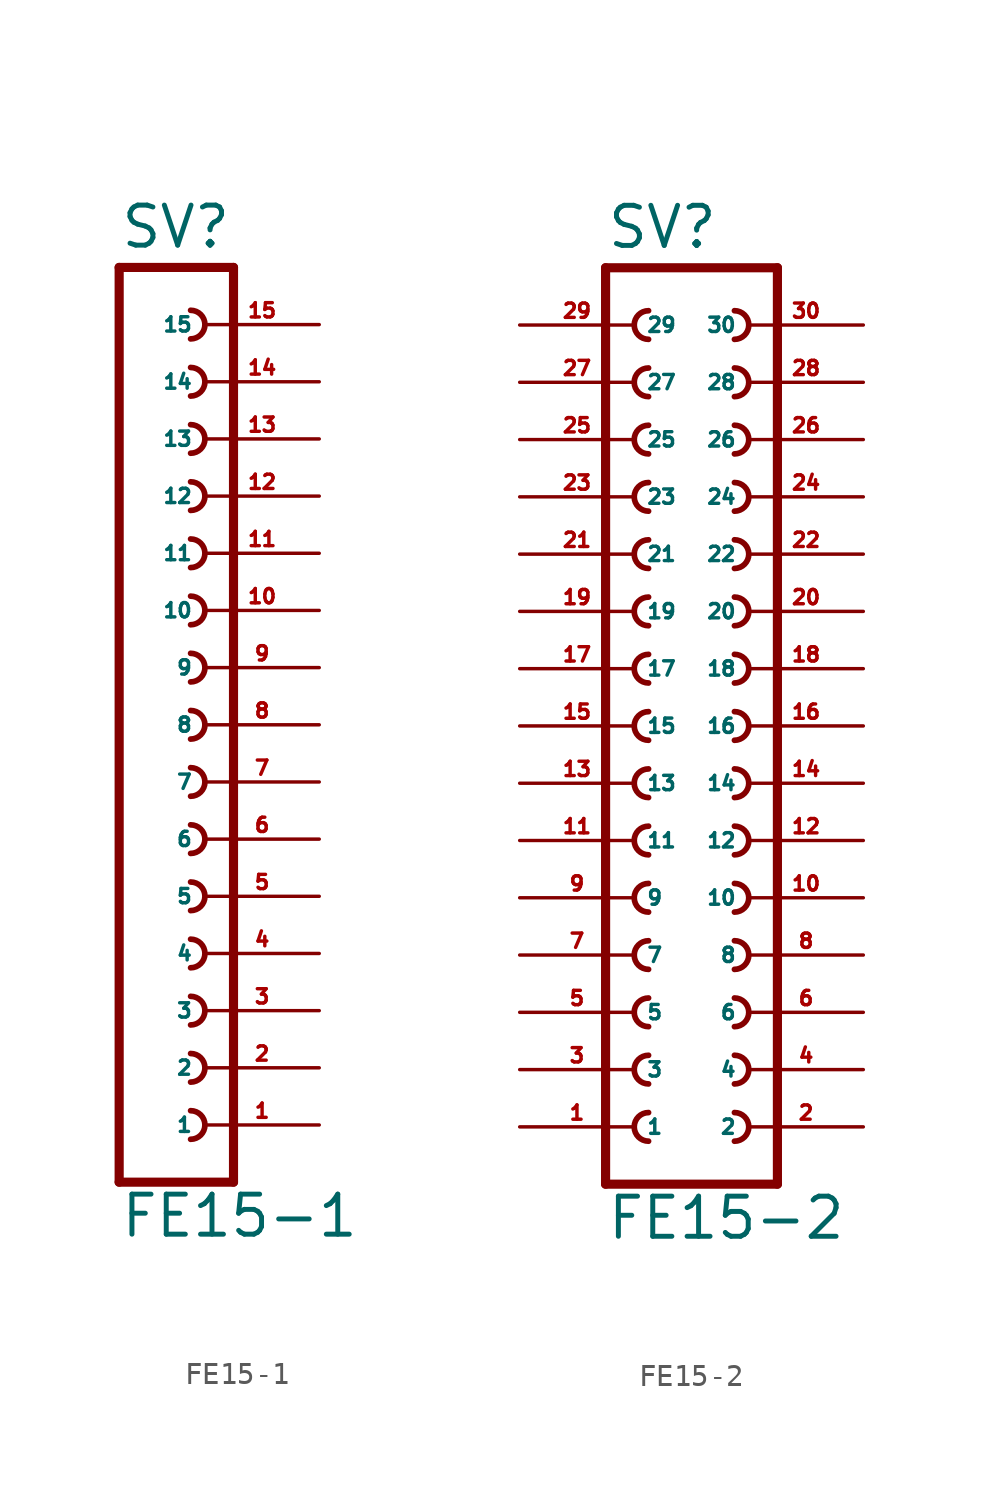
<source format=kicad_sym>
(kicad_symbol_lib
  (version 20220914)
  (generator Eagle2Kicad)
  (symbol "FE15-1"
    (property "Reference" "SV"
      (at -1.27 21.082 0)
      (effects (font (size 1.778 1.778) (thickness 0.22)) (justify left bottom)))
    (property "Value" "FE15-1"
      (at -1.27 -22.86 0)
      (effects (font (size 1.778 1.778) (thickness 0.22)) (justify left bottom)))
    (polyline
      (pts (xy 3.81 -20.32) (xy -1.27 -20.32))
      (stroke (width 0.406) (type default))
      (fill (type none)))
    (arc
      (start 1.905 -13.335)
      (mid 2.540 -12.700)
      (end 1.905 -12.065)
      (stroke (width 0.254) (type default))
      (fill (type none)))
    (arc
      (start 1.905 -15.875)
      (mid 2.540 -15.240)
      (end 1.905 -14.605)
      (stroke (width 0.254) (type default))
      (fill (type none)))
    (arc
      (start 1.905 -18.415)
      (mid 2.540 -17.780)
      (end 1.905 -17.145)
      (stroke (width 0.254) (type default))
      (fill (type none)))
    (arc
      (start 1.905 -8.255)
      (mid 2.540 -7.620)
      (end 1.905 -6.985)
      (stroke (width 0.254) (type default))
      (fill (type none)))
    (arc
      (start 1.905 -10.795)
      (mid 2.540 -10.160)
      (end 1.905 -9.525)
      (stroke (width 0.254) (type default))
      (fill (type none)))
    (arc
      (start 1.905 -0.635)
      (mid 2.540 0.000)
      (end 1.905 0.635)
      (stroke (width 0.254) (type default))
      (fill (type none)))
    (arc
      (start 1.905 -3.175)
      (mid 2.540 -2.540)
      (end 1.905 -1.905)
      (stroke (width 0.254) (type default))
      (fill (type none)))
    (arc
      (start 1.905 -5.715)
      (mid 2.540 -5.080)
      (end 1.905 -4.445)
      (stroke (width 0.254) (type default))
      (fill (type none)))
    (arc
      (start 1.905 4.445)
      (mid 2.540 5.080)
      (end 1.905 5.715)
      (stroke (width 0.254) (type default))
      (fill (type none)))
    (arc
      (start 1.905 1.905)
      (mid 2.540 2.540)
      (end 1.905 3.175)
      (stroke (width 0.254) (type default))
      (fill (type none)))
    (arc
      (start 1.905 12.065)
      (mid 2.540 12.700)
      (end 1.905 13.335)
      (stroke (width 0.254) (type default))
      (fill (type none)))
    (arc
      (start 1.905 9.525)
      (mid 2.540 10.160)
      (end 1.905 10.795)
      (stroke (width 0.254) (type default))
      (fill (type none)))
    (arc
      (start 1.905 6.985)
      (mid 2.540 7.620)
      (end 1.905 8.255)
      (stroke (width 0.254) (type default))
      (fill (type none)))
    (arc
      (start 1.905 17.145)
      (mid 2.540 17.780)
      (end 1.905 18.415)
      (stroke (width 0.254) (type default))
      (fill (type none)))
    (arc
      (start 1.905 14.605)
      (mid 2.540 15.240)
      (end 1.905 15.875)
      (stroke (width 0.254) (type default))
      (fill (type none)))
    (polyline
      (pts (xy -1.27 20.32) (xy -1.27 -20.32))
      (stroke (width 0.406) (type default))
      (fill (type none)))
    (polyline
      (pts (xy 3.81 -20.32) (xy 3.81 20.32))
      (stroke (width 0.406) (type default))
      (fill (type none)))
    (polyline
      (pts (xy -1.27 20.32) (xy 3.81 20.32))
      (stroke (width 0.406) (type default))
      (fill (type none)))
    (pin passive line
      (at 7.62 -17.78 180)
      (length 5.08)
      (name "1" (effects (font (size 0.635 0.635) (thickness 0.08)) (justify left bottom)))
      (number "1" (effects (font (size 0.635 0.635) (thickness 0.08)) (justify left bottom))))
    (pin passive line
      (at 7.62 -15.24 180)
      (length 5.08)
      (name "2" (effects (font (size 0.635 0.635) (thickness 0.08)) (justify left bottom)))
      (number "2" (effects (font (size 0.635 0.635) (thickness 0.08)) (justify left bottom))))
    (pin passive line
      (at 7.62 -12.7 180)
      (length 5.08)
      (name "3" (effects (font (size 0.635 0.635) (thickness 0.08)) (justify left bottom)))
      (number "3" (effects (font (size 0.635 0.635) (thickness 0.08)) (justify left bottom))))
    (pin passive line
      (at 7.62 -10.16 180)
      (length 5.08)
      (name "4" (effects (font (size 0.635 0.635) (thickness 0.08)) (justify left bottom)))
      (number "4" (effects (font (size 0.635 0.635) (thickness 0.08)) (justify left bottom))))
    (pin passive line
      (at 7.62 -7.62 180)
      (length 5.08)
      (name "5" (effects (font (size 0.635 0.635) (thickness 0.08)) (justify left bottom)))
      (number "5" (effects (font (size 0.635 0.635) (thickness 0.08)) (justify left bottom))))
    (pin passive line
      (at 7.62 -5.08 180)
      (length 5.08)
      (name "6" (effects (font (size 0.635 0.635) (thickness 0.08)) (justify left bottom)))
      (number "6" (effects (font (size 0.635 0.635) (thickness 0.08)) (justify left bottom))))
    (pin passive line
      (at 7.62 -2.54 180)
      (length 5.08)
      (name "7" (effects (font (size 0.635 0.635) (thickness 0.08)) (justify left bottom)))
      (number "7" (effects (font (size 0.635 0.635) (thickness 0.08)) (justify left bottom))))
    (pin passive line
      (at 7.62 0 180)
      (length 5.08)
      (name "8" (effects (font (size 0.635 0.635) (thickness 0.08)) (justify left bottom)))
      (number "8" (effects (font (size 0.635 0.635) (thickness 0.08)) (justify left bottom))))
    (pin passive line
      (at 7.62 2.54 180)
      (length 5.08)
      (name "9" (effects (font (size 0.635 0.635) (thickness 0.08)) (justify left bottom)))
      (number "9" (effects (font (size 0.635 0.635) (thickness 0.08)) (justify left bottom))))
    (pin passive line
      (at 7.62 5.08 180)
      (length 5.08)
      (name "10" (effects (font (size 0.635 0.635) (thickness 0.08)) (justify left bottom)))
      (number "10" (effects (font (size 0.635 0.635) (thickness 0.08)) (justify left bottom))))
    (pin passive line
      (at 7.62 7.62 180)
      (length 5.08)
      (name "11" (effects (font (size 0.635 0.635) (thickness 0.08)) (justify left bottom)))
      (number "11" (effects (font (size 0.635 0.635) (thickness 0.08)) (justify left bottom))))
    (pin passive line
      (at 7.62 10.16 180)
      (length 5.08)
      (name "12" (effects (font (size 0.635 0.635) (thickness 0.08)) (justify left bottom)))
      (number "12" (effects (font (size 0.635 0.635) (thickness 0.08)) (justify left bottom))))
    (pin passive line
      (at 7.62 12.7 180)
      (length 5.08)
      (name "13" (effects (font (size 0.635 0.635) (thickness 0.08)) (justify left bottom)))
      (number "13" (effects (font (size 0.635 0.635) (thickness 0.08)) (justify left bottom))))
    (pin passive line
      (at 7.62 15.24 180)
      (length 5.08)
      (name "14" (effects (font (size 0.635 0.635) (thickness 0.08)) (justify left bottom)))
      (number "14" (effects (font (size 0.635 0.635) (thickness 0.08)) (justify left bottom))))
    (pin passive line
      (at 7.62 17.78 180)
      (length 5.08)
      (name "15" (effects (font (size 0.635 0.635) (thickness 0.08)) (justify left bottom)))
      (number "15" (effects (font (size 0.635 0.635) (thickness 0.08)) (justify left bottom)))))
  (symbol "FE15-2"
    (property "Reference" "SV"
      (at -3.81 21.082 0)
      (effects (font (size 1.778 1.778) (thickness 0.22)) (justify left bottom)))
    (property "Value" "FE15-2"
      (at -3.81 -22.86 0)
      (effects (font (size 1.778 1.778) (thickness 0.22)) (justify left bottom)))
    (polyline
      (pts (xy 3.81 -20.32) (xy -3.81 -20.32))
      (stroke (width 0.406) (type default))
      (fill (type none)))
    (arc
      (start -1.905 -12.065)
      (mid -2.540 -12.700)
      (end -1.905 -13.335)
      (stroke (width 0.254) (type default))
      (fill (type none)))
    (arc
      (start -1.905 -14.605)
      (mid -2.540 -15.240)
      (end -1.905 -15.875)
      (stroke (width 0.254) (type default))
      (fill (type none)))
    (arc
      (start -1.905 -17.145)
      (mid -2.540 -17.780)
      (end -1.905 -18.415)
      (stroke (width 0.254) (type default))
      (fill (type none)))
    (arc
      (start 1.905 -13.335)
      (mid 2.540 -12.700)
      (end 1.905 -12.065)
      (stroke (width 0.254) (type default))
      (fill (type none)))
    (arc
      (start 1.905 -15.875)
      (mid 2.540 -15.240)
      (end 1.905 -14.605)
      (stroke (width 0.254) (type default))
      (fill (type none)))
    (arc
      (start 1.905 -18.415)
      (mid 2.540 -17.780)
      (end 1.905 -17.145)
      (stroke (width 0.254) (type default))
      (fill (type none)))
    (arc
      (start -1.905 -6.985)
      (mid -2.540 -7.620)
      (end -1.905 -8.255)
      (stroke (width 0.254) (type default))
      (fill (type none)))
    (arc
      (start -1.905 -9.525)
      (mid -2.540 -10.160)
      (end -1.905 -10.795)
      (stroke (width 0.254) (type default))
      (fill (type none)))
    (arc
      (start 1.905 -8.255)
      (mid 2.540 -7.620)
      (end 1.905 -6.985)
      (stroke (width 0.254) (type default))
      (fill (type none)))
    (arc
      (start 1.905 -10.795)
      (mid 2.540 -10.160)
      (end 1.905 -9.525)
      (stroke (width 0.254) (type default))
      (fill (type none)))
    (arc
      (start -1.905 0.635)
      (mid -2.540 0.000)
      (end -1.905 -0.635)
      (stroke (width 0.254) (type default))
      (fill (type none)))
    (arc
      (start -1.905 -1.905)
      (mid -2.540 -2.540)
      (end -1.905 -3.175)
      (stroke (width 0.254) (type default))
      (fill (type none)))
    (arc
      (start -1.905 -4.445)
      (mid -2.540 -5.080)
      (end -1.905 -5.715)
      (stroke (width 0.254) (type default))
      (fill (type none)))
    (arc
      (start 1.905 -0.635)
      (mid 2.540 0.000)
      (end 1.905 0.635)
      (stroke (width 0.254) (type default))
      (fill (type none)))
    (arc
      (start 1.905 -3.175)
      (mid 2.540 -2.540)
      (end 1.905 -1.905)
      (stroke (width 0.254) (type default))
      (fill (type none)))
    (arc
      (start 1.905 -5.715)
      (mid 2.540 -5.080)
      (end 1.905 -4.445)
      (stroke (width 0.254) (type default))
      (fill (type none)))
    (arc
      (start -1.905 5.715)
      (mid -2.540 5.080)
      (end -1.905 4.445)
      (stroke (width 0.254) (type default))
      (fill (type none)))
    (arc
      (start -1.905 3.175)
      (mid -2.540 2.540)
      (end -1.905 1.905)
      (stroke (width 0.254) (type default))
      (fill (type none)))
    (arc
      (start 1.905 4.445)
      (mid 2.540 5.080)
      (end 1.905 5.715)
      (stroke (width 0.254) (type default))
      (fill (type none)))
    (arc
      (start 1.905 1.905)
      (mid 2.540 2.540)
      (end 1.905 3.175)
      (stroke (width 0.254) (type default))
      (fill (type none)))
    (arc
      (start -1.905 13.335)
      (mid -2.540 12.700)
      (end -1.905 12.065)
      (stroke (width 0.254) (type default))
      (fill (type none)))
    (arc
      (start -1.905 10.795)
      (mid -2.540 10.160)
      (end -1.905 9.525)
      (stroke (width 0.254) (type default))
      (fill (type none)))
    (arc
      (start -1.905 8.255)
      (mid -2.540 7.620)
      (end -1.905 6.985)
      (stroke (width 0.254) (type default))
      (fill (type none)))
    (arc
      (start 1.905 12.065)
      (mid 2.540 12.700)
      (end 1.905 13.335)
      (stroke (width 0.254) (type default))
      (fill (type none)))
    (arc
      (start 1.905 9.525)
      (mid 2.540 10.160)
      (end 1.905 10.795)
      (stroke (width 0.254) (type default))
      (fill (type none)))
    (arc
      (start 1.905 6.985)
      (mid 2.540 7.620)
      (end 1.905 8.255)
      (stroke (width 0.254) (type default))
      (fill (type none)))
    (arc
      (start -1.905 18.415)
      (mid -2.540 17.780)
      (end -1.905 17.145)
      (stroke (width 0.254) (type default))
      (fill (type none)))
    (arc
      (start -1.905 15.875)
      (mid -2.540 15.240)
      (end -1.905 14.605)
      (stroke (width 0.254) (type default))
      (fill (type none)))
    (arc
      (start 1.905 17.145)
      (mid 2.540 17.780)
      (end 1.905 18.415)
      (stroke (width 0.254) (type default))
      (fill (type none)))
    (arc
      (start 1.905 14.605)
      (mid 2.540 15.240)
      (end 1.905 15.875)
      (stroke (width 0.254) (type default))
      (fill (type none)))
    (polyline
      (pts (xy -3.81 20.32) (xy -3.81 -20.32))
      (stroke (width 0.406) (type default))
      (fill (type none)))
    (polyline
      (pts (xy 3.81 -20.32) (xy 3.81 20.32))
      (stroke (width 0.406) (type default))
      (fill (type none)))
    (polyline
      (pts (xy -3.81 20.32) (xy 3.81 20.32))
      (stroke (width 0.406) (type default))
      (fill (type none)))
    (pin passive line
      (at -7.62 -17.78 0)
      (length 5.08)
      (name "1" (effects (font (size 0.635 0.635) (thickness 0.08)) (justify left bottom)))
      (number "1" (effects (font (size 0.635 0.635) (thickness 0.08)) (justify left bottom))))
    (pin passive line
      (at -7.62 -15.24 0)
      (length 5.08)
      (name "3" (effects (font (size 0.635 0.635) (thickness 0.08)) (justify left bottom)))
      (number "3" (effects (font (size 0.635 0.635) (thickness 0.08)) (justify left bottom))))
    (pin passive line
      (at -7.62 -12.7 0)
      (length 5.08)
      (name "5" (effects (font (size 0.635 0.635) (thickness 0.08)) (justify left bottom)))
      (number "5" (effects (font (size 0.635 0.635) (thickness 0.08)) (justify left bottom))))
    (pin passive line
      (at 7.62 -17.78 180)
      (length 5.08)
      (name "2" (effects (font (size 0.635 0.635) (thickness 0.08)) (justify left bottom)))
      (number "2" (effects (font (size 0.635 0.635) (thickness 0.08)) (justify left bottom))))
    (pin passive line
      (at 7.62 -15.24 180)
      (length 5.08)
      (name "4" (effects (font (size 0.635 0.635) (thickness 0.08)) (justify left bottom)))
      (number "4" (effects (font (size 0.635 0.635) (thickness 0.08)) (justify left bottom))))
    (pin passive line
      (at 7.62 -12.7 180)
      (length 5.08)
      (name "6" (effects (font (size 0.635 0.635) (thickness 0.08)) (justify left bottom)))
      (number "6" (effects (font (size 0.635 0.635) (thickness 0.08)) (justify left bottom))))
    (pin passive line
      (at -7.62 -10.16 0)
      (length 5.08)
      (name "7" (effects (font (size 0.635 0.635) (thickness 0.08)) (justify left bottom)))
      (number "7" (effects (font (size 0.635 0.635) (thickness 0.08)) (justify left bottom))))
    (pin passive line
      (at -7.62 -7.62 0)
      (length 5.08)
      (name "9" (effects (font (size 0.635 0.635) (thickness 0.08)) (justify left bottom)))
      (number "9" (effects (font (size 0.635 0.635) (thickness 0.08)) (justify left bottom))))
    (pin passive line
      (at 7.62 -10.16 180)
      (length 5.08)
      (name "8" (effects (font (size 0.635 0.635) (thickness 0.08)) (justify left bottom)))
      (number "8" (effects (font (size 0.635 0.635) (thickness 0.08)) (justify left bottom))))
    (pin passive line
      (at 7.62 -7.62 180)
      (length 5.08)
      (name "10" (effects (font (size 0.635 0.635) (thickness 0.08)) (justify left bottom)))
      (number "10" (effects (font (size 0.635 0.635) (thickness 0.08)) (justify left bottom))))
    (pin passive line
      (at -7.62 -5.08 0)
      (length 5.08)
      (name "11" (effects (font (size 0.635 0.635) (thickness 0.08)) (justify left bottom)))
      (number "11" (effects (font (size 0.635 0.635) (thickness 0.08)) (justify left bottom))))
    (pin passive line
      (at -7.62 -2.54 0)
      (length 5.08)
      (name "13" (effects (font (size 0.635 0.635) (thickness 0.08)) (justify left bottom)))
      (number "13" (effects (font (size 0.635 0.635) (thickness 0.08)) (justify left bottom))))
    (pin passive line
      (at -7.62 0 0)
      (length 5.08)
      (name "15" (effects (font (size 0.635 0.635) (thickness 0.08)) (justify left bottom)))
      (number "15" (effects (font (size 0.635 0.635) (thickness 0.08)) (justify left bottom))))
    (pin passive line
      (at 7.62 -5.08 180)
      (length 5.08)
      (name "12" (effects (font (size 0.635 0.635) (thickness 0.08)) (justify left bottom)))
      (number "12" (effects (font (size 0.635 0.635) (thickness 0.08)) (justify left bottom))))
    (pin passive line
      (at 7.62 -2.54 180)
      (length 5.08)
      (name "14" (effects (font (size 0.635 0.635) (thickness 0.08)) (justify left bottom)))
      (number "14" (effects (font (size 0.635 0.635) (thickness 0.08)) (justify left bottom))))
    (pin passive line
      (at 7.62 0 180)
      (length 5.08)
      (name "16" (effects (font (size 0.635 0.635) (thickness 0.08)) (justify left bottom)))
      (number "16" (effects (font (size 0.635 0.635) (thickness 0.08)) (justify left bottom))))
    (pin passive line
      (at -7.62 2.54 0)
      (length 5.08)
      (name "17" (effects (font (size 0.635 0.635) (thickness 0.08)) (justify left bottom)))
      (number "17" (effects (font (size 0.635 0.635) (thickness 0.08)) (justify left bottom))))
    (pin passive line
      (at -7.62 5.08 0)
      (length 5.08)
      (name "19" (effects (font (size 0.635 0.635) (thickness 0.08)) (justify left bottom)))
      (number "19" (effects (font (size 0.635 0.635) (thickness 0.08)) (justify left bottom))))
    (pin passive line
      (at 7.62 2.54 180)
      (length 5.08)
      (name "18" (effects (font (size 0.635 0.635) (thickness 0.08)) (justify left bottom)))
      (number "18" (effects (font (size 0.635 0.635) (thickness 0.08)) (justify left bottom))))
    (pin passive line
      (at 7.62 5.08 180)
      (length 5.08)
      (name "20" (effects (font (size 0.635 0.635) (thickness 0.08)) (justify left bottom)))
      (number "20" (effects (font (size 0.635 0.635) (thickness 0.08)) (justify left bottom))))
    (pin passive line
      (at -7.62 7.62 0)
      (length 5.08)
      (name "21" (effects (font (size 0.635 0.635) (thickness 0.08)) (justify left bottom)))
      (number "21" (effects (font (size 0.635 0.635) (thickness 0.08)) (justify left bottom))))
    (pin passive line
      (at -7.62 10.16 0)
      (length 5.08)
      (name "23" (effects (font (size 0.635 0.635) (thickness 0.08)) (justify left bottom)))
      (number "23" (effects (font (size 0.635 0.635) (thickness 0.08)) (justify left bottom))))
    (pin passive line
      (at -7.62 12.7 0)
      (length 5.08)
      (name "25" (effects (font (size 0.635 0.635) (thickness 0.08)) (justify left bottom)))
      (number "25" (effects (font (size 0.635 0.635) (thickness 0.08)) (justify left bottom))))
    (pin passive line
      (at 7.62 7.62 180)
      (length 5.08)
      (name "22" (effects (font (size 0.635 0.635) (thickness 0.08)) (justify left bottom)))
      (number "22" (effects (font (size 0.635 0.635) (thickness 0.08)) (justify left bottom))))
    (pin passive line
      (at 7.62 10.16 180)
      (length 5.08)
      (name "24" (effects (font (size 0.635 0.635) (thickness 0.08)) (justify left bottom)))
      (number "24" (effects (font (size 0.635 0.635) (thickness 0.08)) (justify left bottom))))
    (pin passive line
      (at 7.62 12.7 180)
      (length 5.08)
      (name "26" (effects (font (size 0.635 0.635) (thickness 0.08)) (justify left bottom)))
      (number "26" (effects (font (size 0.635 0.635) (thickness 0.08)) (justify left bottom))))
    (pin passive line
      (at -7.62 15.24 0)
      (length 5.08)
      (name "27" (effects (font (size 0.635 0.635) (thickness 0.08)) (justify left bottom)))
      (number "27" (effects (font (size 0.635 0.635) (thickness 0.08)) (justify left bottom))))
    (pin passive line
      (at -7.62 17.78 0)
      (length 5.08)
      (name "29" (effects (font (size 0.635 0.635) (thickness 0.08)) (justify left bottom)))
      (number "29" (effects (font (size 0.635 0.635) (thickness 0.08)) (justify left bottom))))
    (pin passive line
      (at 7.62 15.24 180)
      (length 5.08)
      (name "28" (effects (font (size 0.635 0.635) (thickness 0.08)) (justify left bottom)))
      (number "28" (effects (font (size 0.635 0.635) (thickness 0.08)) (justify left bottom))))
    (pin passive line
      (at 7.62 17.78 180)
      (length 5.08)
      (name "30" (effects (font (size 0.635 0.635) (thickness 0.08)) (justify left bottom)))
      (number "30" (effects (font (size 0.635 0.635) (thickness 0.08)) (justify left bottom))))))
</source>
